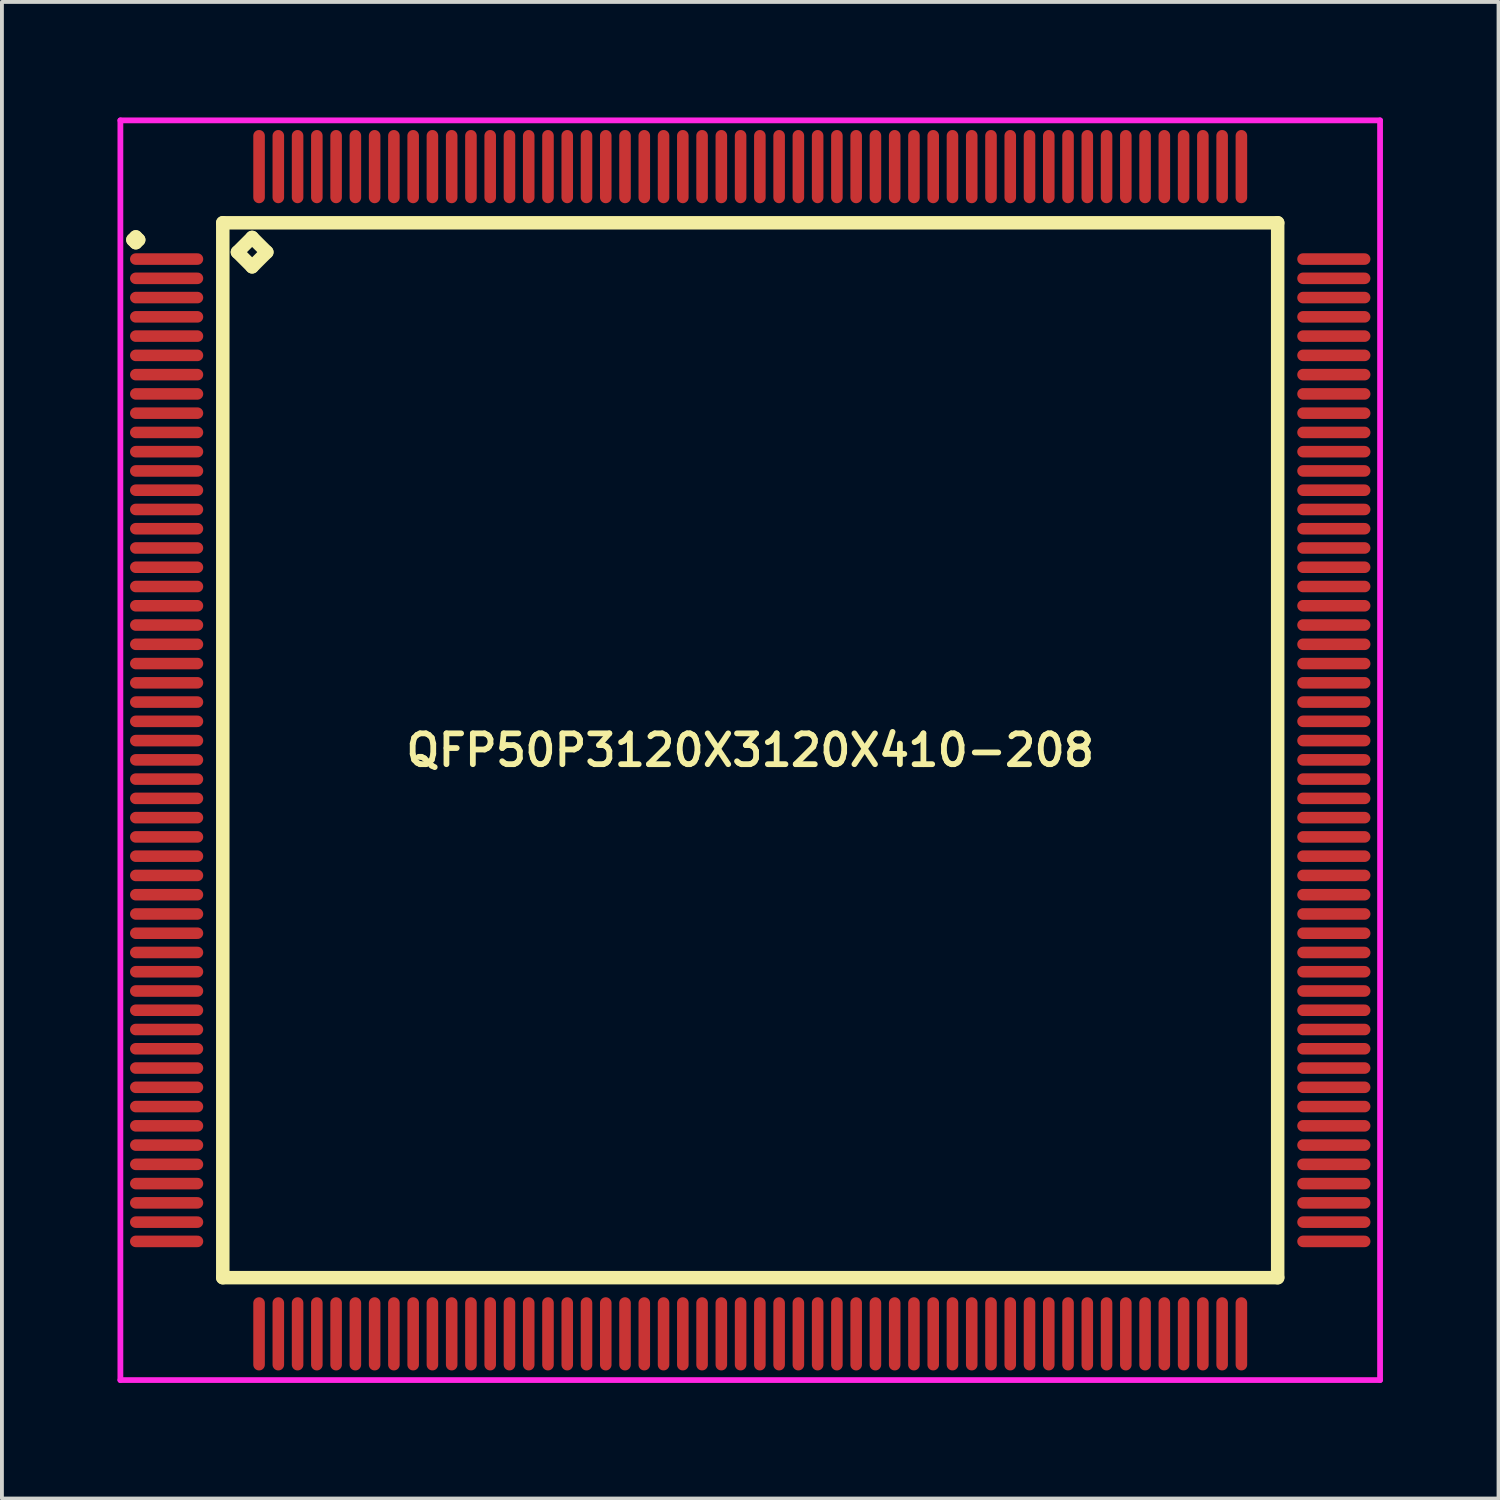
<source format=kicad_pcb>
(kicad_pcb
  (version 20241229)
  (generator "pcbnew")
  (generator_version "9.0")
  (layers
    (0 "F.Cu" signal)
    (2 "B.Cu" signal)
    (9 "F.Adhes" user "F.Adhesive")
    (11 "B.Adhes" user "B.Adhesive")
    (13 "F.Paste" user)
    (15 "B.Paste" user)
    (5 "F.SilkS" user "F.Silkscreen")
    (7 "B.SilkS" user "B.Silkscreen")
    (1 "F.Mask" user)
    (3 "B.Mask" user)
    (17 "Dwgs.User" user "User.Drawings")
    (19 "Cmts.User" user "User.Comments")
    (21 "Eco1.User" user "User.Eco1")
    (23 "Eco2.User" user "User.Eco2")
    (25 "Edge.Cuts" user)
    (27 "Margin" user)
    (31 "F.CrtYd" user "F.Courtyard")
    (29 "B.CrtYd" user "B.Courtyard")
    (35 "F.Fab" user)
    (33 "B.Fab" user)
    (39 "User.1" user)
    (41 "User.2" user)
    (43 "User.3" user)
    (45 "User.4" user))
  (footprint "QFP50P3120X3120X410-208"
    (layer "F.Cu")
    (at 16.425 16.425)
    (property "Reference" "QFP50P3120X3120X410-208" (at 0 0 0) (layer "F.SilkS") (effects (font (size 0.8 0.8) (thickness 0.15))))
    (attr smd)
    (fp_line (start -16.025 -13.25) (end -15.95 -13.325) (stroke (width 0.35) (type solid)) (layer "F.SilkS"))
    (fp_line (start -15.95 -13.325) (end -15.875 -13.25) (stroke (width 0.35) (type solid)) (layer "F.SilkS"))
    (fp_line (start -15.95 -13.175) (end -16.025 -13.25) (stroke (width 0.35) (type solid)) (layer "F.SilkS"))
    (fp_line (start -15.875 -13.25) (end -15.95 -13.175) (stroke (width 0.35) (type solid)) (layer "F.SilkS"))
    (fp_line (start -13.692 -13.692) (end -13.692 13.692) (stroke (width 0.35) (type solid)) (layer "F.SilkS"))
    (fp_line (start -13.692 13.692) (end 13.692 13.692) (stroke (width 0.35) (type solid)) (layer "F.SilkS"))
    (fp_line (start -13.311 -12.93) (end -12.93 -13.311) (stroke (width 0.35) (type solid)) (layer "F.SilkS"))
    (fp_line (start -12.93 -13.311) (end -12.549 -12.93) (stroke (width 0.35) (type solid)) (layer "F.SilkS"))
    (fp_line (start -12.93 -12.549) (end -13.311 -12.93) (stroke (width 0.35) (type solid)) (layer "F.SilkS"))
    (fp_line (start -12.549 -12.93) (end -12.93 -12.549) (stroke (width 0.35) (type solid)) (layer "F.SilkS"))
    (fp_line (start 13.692 -13.692) (end -13.692 -13.692) (stroke (width 0.35) (type solid)) (layer "F.SilkS"))
    (fp_line (start 13.692 13.692) (end 13.692 -13.692) (stroke (width 0.35) (type solid)) (layer "F.SilkS"))
    (fp_line (start -16.35 -16.35) (end 16.35 -16.35) (stroke (width 0.15) (type solid)) (layer "F.CrtYd"))
    (fp_line (start -16.35 16.35) (end -16.35 -16.35) (stroke (width 0.15) (type solid)) (layer "F.CrtYd"))
    (fp_line (start 16.35 -16.35) (end 16.35 16.35) (stroke (width 0.15) (type solid)) (layer "F.CrtYd"))
    (fp_line (start 16.35 16.35) (end -16.35 16.35) (stroke (width 0.15) (type solid)) (layer "F.CrtYd"))
    (pad "1" smd oval (at -15.15 -12.75) (size 1.9 0.3) (layers "F.Cu" "F.Mask" "F.Paste"))
    (pad "2" smd oval (at -15.15 -12.25) (size 1.9 0.3) (layers "F.Cu" "F.Mask" "F.Paste"))
    (pad "3" smd oval (at -15.15 -11.75) (size 1.9 0.3) (layers "F.Cu" "F.Mask" "F.Paste"))
    (pad "4" smd oval (at -15.15 -11.25) (size 1.9 0.3) (layers "F.Cu" "F.Mask" "F.Paste"))
    (pad "5" smd oval (at -15.15 -10.75) (size 1.9 0.3) (layers "F.Cu" "F.Mask" "F.Paste"))
    (pad "6" smd oval (at -15.15 -10.25) (size 1.9 0.3) (layers "F.Cu" "F.Mask" "F.Paste"))
    (pad "7" smd oval (at -15.15 -9.75) (size 1.9 0.3) (layers "F.Cu" "F.Mask" "F.Paste"))
    (pad "8" smd oval (at -15.15 -9.25) (size 1.9 0.3) (layers "F.Cu" "F.Mask" "F.Paste"))
    (pad "9" smd oval (at -15.15 -8.75) (size 1.9 0.3) (layers "F.Cu" "F.Mask" "F.Paste"))
    (pad "10" smd oval (at -15.15 -8.25) (size 1.9 0.3) (layers "F.Cu" "F.Mask" "F.Paste"))
    (pad "11" smd oval (at -15.15 -7.75) (size 1.9 0.3) (layers "F.Cu" "F.Mask" "F.Paste"))
    (pad "12" smd oval (at -15.15 -7.25) (size 1.9 0.3) (layers "F.Cu" "F.Mask" "F.Paste"))
    (pad "13" smd oval (at -15.15 -6.75) (size 1.9 0.3) (layers "F.Cu" "F.Mask" "F.Paste"))
    (pad "14" smd oval (at -15.15 -6.25) (size 1.9 0.3) (layers "F.Cu" "F.Mask" "F.Paste"))
    (pad "15" smd oval (at -15.15 -5.75) (size 1.9 0.3) (layers "F.Cu" "F.Mask" "F.Paste"))
    (pad "16" smd oval (at -15.15 -5.25) (size 1.9 0.3) (layers "F.Cu" "F.Mask" "F.Paste"))
    (pad "17" smd oval (at -15.15 -4.75) (size 1.9 0.3) (layers "F.Cu" "F.Mask" "F.Paste"))
    (pad "18" smd oval (at -15.15 -4.25) (size 1.9 0.3) (layers "F.Cu" "F.Mask" "F.Paste"))
    (pad "19" smd oval (at -15.15 -3.75) (size 1.9 0.3) (layers "F.Cu" "F.Mask" "F.Paste"))
    (pad "20" smd oval (at -15.15 -3.25) (size 1.9 0.3) (layers "F.Cu" "F.Mask" "F.Paste"))
    (pad "21" smd oval (at -15.15 -2.75) (size 1.9 0.3) (layers "F.Cu" "F.Mask" "F.Paste"))
    (pad "22" smd oval (at -15.15 -2.25) (size 1.9 0.3) (layers "F.Cu" "F.Mask" "F.Paste"))
    (pad "23" smd oval (at -15.15 -1.75) (size 1.9 0.3) (layers "F.Cu" "F.Mask" "F.Paste"))
    (pad "24" smd oval (at -15.15 -1.25) (size 1.9 0.3) (layers "F.Cu" "F.Mask" "F.Paste"))
    (pad "25" smd oval (at -15.15 -0.75) (size 1.9 0.3) (layers "F.Cu" "F.Mask" "F.Paste"))
    (pad "26" smd oval (at -15.15 -0.25) (size 1.9 0.3) (layers "F.Cu" "F.Mask" "F.Paste"))
    (pad "27" smd oval (at -15.15 0.25) (size 1.9 0.3) (layers "F.Cu" "F.Mask" "F.Paste"))
    (pad "28" smd oval (at -15.15 0.75) (size 1.9 0.3) (layers "F.Cu" "F.Mask" "F.Paste"))
    (pad "29" smd oval (at -15.15 1.25) (size 1.9 0.3) (layers "F.Cu" "F.Mask" "F.Paste"))
    (pad "30" smd oval (at -15.15 1.75) (size 1.9 0.3) (layers "F.Cu" "F.Mask" "F.Paste"))
    (pad "31" smd oval (at -15.15 2.25) (size 1.9 0.3) (layers "F.Cu" "F.Mask" "F.Paste"))
    (pad "32" smd oval (at -15.15 2.75) (size 1.9 0.3) (layers "F.Cu" "F.Mask" "F.Paste"))
    (pad "33" smd oval (at -15.15 3.25) (size 1.9 0.3) (layers "F.Cu" "F.Mask" "F.Paste"))
    (pad "34" smd oval (at -15.15 3.75) (size 1.9 0.3) (layers "F.Cu" "F.Mask" "F.Paste"))
    (pad "35" smd oval (at -15.15 4.25) (size 1.9 0.3) (layers "F.Cu" "F.Mask" "F.Paste"))
    (pad "36" smd oval (at -15.15 4.75) (size 1.9 0.3) (layers "F.Cu" "F.Mask" "F.Paste"))
    (pad "37" smd oval (at -15.15 5.25) (size 1.9 0.3) (layers "F.Cu" "F.Mask" "F.Paste"))
    (pad "38" smd oval (at -15.15 5.75) (size 1.9 0.3) (layers "F.Cu" "F.Mask" "F.Paste"))
    (pad "39" smd oval (at -15.15 6.25) (size 1.9 0.3) (layers "F.Cu" "F.Mask" "F.Paste"))
    (pad "40" smd oval (at -15.15 6.75) (size 1.9 0.3) (layers "F.Cu" "F.Mask" "F.Paste"))
    (pad "41" smd oval (at -15.15 7.25) (size 1.9 0.3) (layers "F.Cu" "F.Mask" "F.Paste"))
    (pad "42" smd oval (at -15.15 7.75) (size 1.9 0.3) (layers "F.Cu" "F.Mask" "F.Paste"))
    (pad "43" smd oval (at -15.15 8.25) (size 1.9 0.3) (layers "F.Cu" "F.Mask" "F.Paste"))
    (pad "44" smd oval (at -15.15 8.75) (size 1.9 0.3) (layers "F.Cu" "F.Mask" "F.Paste"))
    (pad "45" smd oval (at -15.15 9.25) (size 1.9 0.3) (layers "F.Cu" "F.Mask" "F.Paste"))
    (pad "46" smd oval (at -15.15 9.75) (size 1.9 0.3) (layers "F.Cu" "F.Mask" "F.Paste"))
    (pad "47" smd oval (at -15.15 10.25) (size 1.9 0.3) (layers "F.Cu" "F.Mask" "F.Paste"))
    (pad "48" smd oval (at -15.15 10.75) (size 1.9 0.3) (layers "F.Cu" "F.Mask" "F.Paste"))
    (pad "49" smd oval (at -15.15 11.25) (size 1.9 0.3) (layers "F.Cu" "F.Mask" "F.Paste"))
    (pad "50" smd oval (at -15.15 11.75) (size 1.9 0.3) (layers "F.Cu" "F.Mask" "F.Paste"))
    (pad "51" smd oval (at -15.15 12.25) (size 1.9 0.3) (layers "F.Cu" "F.Mask" "F.Paste"))
    (pad "52" smd oval (at -15.15 12.75) (size 1.9 0.3) (layers "F.Cu" "F.Mask" "F.Paste"))
    (pad "53" smd oval (at -12.75 15.15) (size 0.3 1.9) (layers "F.Cu" "F.Mask" "F.Paste"))
    (pad "54" smd oval (at -12.25 15.15) (size 0.3 1.9) (layers "F.Cu" "F.Mask" "F.Paste"))
    (pad "55" smd oval (at -11.75 15.15) (size 0.3 1.9) (layers "F.Cu" "F.Mask" "F.Paste"))
    (pad "56" smd oval (at -11.25 15.15) (size 0.3 1.9) (layers "F.Cu" "F.Mask" "F.Paste"))
    (pad "57" smd oval (at -10.75 15.15) (size 0.3 1.9) (layers "F.Cu" "F.Mask" "F.Paste"))
    (pad "58" smd oval (at -10.25 15.15) (size 0.3 1.9) (layers "F.Cu" "F.Mask" "F.Paste"))
    (pad "59" smd oval (at -9.75 15.15) (size 0.3 1.9) (layers "F.Cu" "F.Mask" "F.Paste"))
    (pad "60" smd oval (at -9.25 15.15) (size 0.3 1.9) (layers "F.Cu" "F.Mask" "F.Paste"))
    (pad "61" smd oval (at -8.75 15.15) (size 0.3 1.9) (layers "F.Cu" "F.Mask" "F.Paste"))
    (pad "62" smd oval (at -8.25 15.15) (size 0.3 1.9) (layers "F.Cu" "F.Mask" "F.Paste"))
    (pad "63" smd oval (at -7.75 15.15) (size 0.3 1.9) (layers "F.Cu" "F.Mask" "F.Paste"))
    (pad "64" smd oval (at -7.25 15.15) (size 0.3 1.9) (layers "F.Cu" "F.Mask" "F.Paste"))
    (pad "65" smd oval (at -6.75 15.15) (size 0.3 1.9) (layers "F.Cu" "F.Mask" "F.Paste"))
    (pad "66" smd oval (at -6.25 15.15) (size 0.3 1.9) (layers "F.Cu" "F.Mask" "F.Paste"))
    (pad "67" smd oval (at -5.75 15.15) (size 0.3 1.9) (layers "F.Cu" "F.Mask" "F.Paste"))
    (pad "68" smd oval (at -5.25 15.15) (size 0.3 1.9) (layers "F.Cu" "F.Mask" "F.Paste"))
    (pad "69" smd oval (at -4.75 15.15) (size 0.3 1.9) (layers "F.Cu" "F.Mask" "F.Paste"))
    (pad "70" smd oval (at -4.25 15.15) (size 0.3 1.9) (layers "F.Cu" "F.Mask" "F.Paste"))
    (pad "71" smd oval (at -3.75 15.15) (size 0.3 1.9) (layers "F.Cu" "F.Mask" "F.Paste"))
    (pad "72" smd oval (at -3.25 15.15) (size 0.3 1.9) (layers "F.Cu" "F.Mask" "F.Paste"))
    (pad "73" smd oval (at -2.75 15.15) (size 0.3 1.9) (layers "F.Cu" "F.Mask" "F.Paste"))
    (pad "74" smd oval (at -2.25 15.15) (size 0.3 1.9) (layers "F.Cu" "F.Mask" "F.Paste"))
    (pad "75" smd oval (at -1.75 15.15) (size 0.3 1.9) (layers "F.Cu" "F.Mask" "F.Paste"))
    (pad "76" smd oval (at -1.25 15.15) (size 0.3 1.9) (layers "F.Cu" "F.Mask" "F.Paste"))
    (pad "77" smd oval (at -0.75 15.15) (size 0.3 1.9) (layers "F.Cu" "F.Mask" "F.Paste"))
    (pad "78" smd oval (at -0.25 15.15) (size 0.3 1.9) (layers "F.Cu" "F.Mask" "F.Paste"))
    (pad "79" smd oval (at 0.25 15.15) (size 0.3 1.9) (layers "F.Cu" "F.Mask" "F.Paste"))
    (pad "80" smd oval (at 0.75 15.15) (size 0.3 1.9) (layers "F.Cu" "F.Mask" "F.Paste"))
    (pad "81" smd oval (at 1.25 15.15) (size 0.3 1.9) (layers "F.Cu" "F.Mask" "F.Paste"))
    (pad "82" smd oval (at 1.75 15.15) (size 0.3 1.9) (layers "F.Cu" "F.Mask" "F.Paste"))
    (pad "83" smd oval (at 2.25 15.15) (size 0.3 1.9) (layers "F.Cu" "F.Mask" "F.Paste"))
    (pad "84" smd oval (at 2.75 15.15) (size 0.3 1.9) (layers "F.Cu" "F.Mask" "F.Paste"))
    (pad "85" smd oval (at 3.25 15.15) (size 0.3 1.9) (layers "F.Cu" "F.Mask" "F.Paste"))
    (pad "86" smd oval (at 3.75 15.15) (size 0.3 1.9) (layers "F.Cu" "F.Mask" "F.Paste"))
    (pad "87" smd oval (at 4.25 15.15) (size 0.3 1.9) (layers "F.Cu" "F.Mask" "F.Paste"))
    (pad "88" smd oval (at 4.75 15.15) (size 0.3 1.9) (layers "F.Cu" "F.Mask" "F.Paste"))
    (pad "89" smd oval (at 5.25 15.15) (size 0.3 1.9) (layers "F.Cu" "F.Mask" "F.Paste"))
    (pad "90" smd oval (at 5.75 15.15) (size 0.3 1.9) (layers "F.Cu" "F.Mask" "F.Paste"))
    (pad "91" smd oval (at 6.25 15.15) (size 0.3 1.9) (layers "F.Cu" "F.Mask" "F.Paste"))
    (pad "92" smd oval (at 6.75 15.15) (size 0.3 1.9) (layers "F.Cu" "F.Mask" "F.Paste"))
    (pad "93" smd oval (at 7.25 15.15) (size 0.3 1.9) (layers "F.Cu" "F.Mask" "F.Paste"))
    (pad "94" smd oval (at 7.75 15.15) (size 0.3 1.9) (layers "F.Cu" "F.Mask" "F.Paste"))
    (pad "95" smd oval (at 8.25 15.15) (size 0.3 1.9) (layers "F.Cu" "F.Mask" "F.Paste"))
    (pad "96" smd oval (at 8.75 15.15) (size 0.3 1.9) (layers "F.Cu" "F.Mask" "F.Paste"))
    (pad "97" smd oval (at 9.25 15.15) (size 0.3 1.9) (layers "F.Cu" "F.Mask" "F.Paste"))
    (pad "98" smd oval (at 9.75 15.15) (size 0.3 1.9) (layers "F.Cu" "F.Mask" "F.Paste"))
    (pad "99" smd oval (at 10.25 15.15) (size 0.3 1.9) (layers "F.Cu" "F.Mask" "F.Paste"))
    (pad "100" smd oval (at 10.75 15.15) (size 0.3 1.9) (layers "F.Cu" "F.Mask" "F.Paste"))
    (pad "101" smd oval (at 11.25 15.15) (size 0.3 1.9) (layers "F.Cu" "F.Mask" "F.Paste"))
    (pad "102" smd oval (at 11.75 15.15) (size 0.3 1.9) (layers "F.Cu" "F.Mask" "F.Paste"))
    (pad "103" smd oval (at 12.25 15.15) (size 0.3 1.9) (layers "F.Cu" "F.Mask" "F.Paste"))
    (pad "104" smd oval (at 12.75 15.15) (size 0.3 1.9) (layers "F.Cu" "F.Mask" "F.Paste"))
    (pad "105" smd oval (at 15.15 12.75) (size 1.9 0.3) (layers "F.Cu" "F.Mask" "F.Paste"))
    (pad "106" smd oval (at 15.15 12.25) (size 1.9 0.3) (layers "F.Cu" "F.Mask" "F.Paste"))
    (pad "107" smd oval (at 15.15 11.75) (size 1.9 0.3) (layers "F.Cu" "F.Mask" "F.Paste"))
    (pad "108" smd oval (at 15.15 11.25) (size 1.9 0.3) (layers "F.Cu" "F.Mask" "F.Paste"))
    (pad "109" smd oval (at 15.15 10.75) (size 1.9 0.3) (layers "F.Cu" "F.Mask" "F.Paste"))
    (pad "110" smd oval (at 15.15 10.25) (size 1.9 0.3) (layers "F.Cu" "F.Mask" "F.Paste"))
    (pad "111" smd oval (at 15.15 9.75) (size 1.9 0.3) (layers "F.Cu" "F.Mask" "F.Paste"))
    (pad "112" smd oval (at 15.15 9.25) (size 1.9 0.3) (layers "F.Cu" "F.Mask" "F.Paste"))
    (pad "113" smd oval (at 15.15 8.75) (size 1.9 0.3) (layers "F.Cu" "F.Mask" "F.Paste"))
    (pad "114" smd oval (at 15.15 8.25) (size 1.9 0.3) (layers "F.Cu" "F.Mask" "F.Paste"))
    (pad "115" smd oval (at 15.15 7.75) (size 1.9 0.3) (layers "F.Cu" "F.Mask" "F.Paste"))
    (pad "116" smd oval (at 15.15 7.25) (size 1.9 0.3) (layers "F.Cu" "F.Mask" "F.Paste"))
    (pad "117" smd oval (at 15.15 6.75) (size 1.9 0.3) (layers "F.Cu" "F.Mask" "F.Paste"))
    (pad "118" smd oval (at 15.15 6.25) (size 1.9 0.3) (layers "F.Cu" "F.Mask" "F.Paste"))
    (pad "119" smd oval (at 15.15 5.75) (size 1.9 0.3) (layers "F.Cu" "F.Mask" "F.Paste"))
    (pad "120" smd oval (at 15.15 5.25) (size 1.9 0.3) (layers "F.Cu" "F.Mask" "F.Paste"))
    (pad "121" smd oval (at 15.15 4.75) (size 1.9 0.3) (layers "F.Cu" "F.Mask" "F.Paste"))
    (pad "122" smd oval (at 15.15 4.25) (size 1.9 0.3) (layers "F.Cu" "F.Mask" "F.Paste"))
    (pad "123" smd oval (at 15.15 3.75) (size 1.9 0.3) (layers "F.Cu" "F.Mask" "F.Paste"))
    (pad "124" smd oval (at 15.15 3.25) (size 1.9 0.3) (layers "F.Cu" "F.Mask" "F.Paste"))
    (pad "125" smd oval (at 15.15 2.75) (size 1.9 0.3) (layers "F.Cu" "F.Mask" "F.Paste"))
    (pad "126" smd oval (at 15.15 2.25) (size 1.9 0.3) (layers "F.Cu" "F.Mask" "F.Paste"))
    (pad "127" smd oval (at 15.15 1.75) (size 1.9 0.3) (layers "F.Cu" "F.Mask" "F.Paste"))
    (pad "128" smd oval (at 15.15 1.25) (size 1.9 0.3) (layers "F.Cu" "F.Mask" "F.Paste"))
    (pad "129" smd oval (at 15.15 0.75) (size 1.9 0.3) (layers "F.Cu" "F.Mask" "F.Paste"))
    (pad "130" smd oval (at 15.15 0.25) (size 1.9 0.3) (layers "F.Cu" "F.Mask" "F.Paste"))
    (pad "131" smd oval (at 15.15 -0.25) (size 1.9 0.3) (layers "F.Cu" "F.Mask" "F.Paste"))
    (pad "132" smd oval (at 15.15 -0.75) (size 1.9 0.3) (layers "F.Cu" "F.Mask" "F.Paste"))
    (pad "133" smd oval (at 15.15 -1.25) (size 1.9 0.3) (layers "F.Cu" "F.Mask" "F.Paste"))
    (pad "134" smd oval (at 15.15 -1.75) (size 1.9 0.3) (layers "F.Cu" "F.Mask" "F.Paste"))
    (pad "135" smd oval (at 15.15 -2.25) (size 1.9 0.3) (layers "F.Cu" "F.Mask" "F.Paste"))
    (pad "136" smd oval (at 15.15 -2.75) (size 1.9 0.3) (layers "F.Cu" "F.Mask" "F.Paste"))
    (pad "137" smd oval (at 15.15 -3.25) (size 1.9 0.3) (layers "F.Cu" "F.Mask" "F.Paste"))
    (pad "138" smd oval (at 15.15 -3.75) (size 1.9 0.3) (layers "F.Cu" "F.Mask" "F.Paste"))
    (pad "139" smd oval (at 15.15 -4.25) (size 1.9 0.3) (layers "F.Cu" "F.Mask" "F.Paste"))
    (pad "140" smd oval (at 15.15 -4.75) (size 1.9 0.3) (layers "F.Cu" "F.Mask" "F.Paste"))
    (pad "141" smd oval (at 15.15 -5.25) (size 1.9 0.3) (layers "F.Cu" "F.Mask" "F.Paste"))
    (pad "142" smd oval (at 15.15 -5.75) (size 1.9 0.3) (layers "F.Cu" "F.Mask" "F.Paste"))
    (pad "143" smd oval (at 15.15 -6.25) (size 1.9 0.3) (layers "F.Cu" "F.Mask" "F.Paste"))
    (pad "144" smd oval (at 15.15 -6.75) (size 1.9 0.3) (layers "F.Cu" "F.Mask" "F.Paste"))
    (pad "145" smd oval (at 15.15 -7.25) (size 1.9 0.3) (layers "F.Cu" "F.Mask" "F.Paste"))
    (pad "146" smd oval (at 15.15 -7.75) (size 1.9 0.3) (layers "F.Cu" "F.Mask" "F.Paste"))
    (pad "147" smd oval (at 15.15 -8.25) (size 1.9 0.3) (layers "F.Cu" "F.Mask" "F.Paste"))
    (pad "148" smd oval (at 15.15 -8.75) (size 1.9 0.3) (layers "F.Cu" "F.Mask" "F.Paste"))
    (pad "149" smd oval (at 15.15 -9.25) (size 1.9 0.3) (layers "F.Cu" "F.Mask" "F.Paste"))
    (pad "150" smd oval (at 15.15 -9.75) (size 1.9 0.3) (layers "F.Cu" "F.Mask" "F.Paste"))
    (pad "151" smd oval (at 15.15 -10.25) (size 1.9 0.3) (layers "F.Cu" "F.Mask" "F.Paste"))
    (pad "152" smd oval (at 15.15 -10.75) (size 1.9 0.3) (layers "F.Cu" "F.Mask" "F.Paste"))
    (pad "153" smd oval (at 15.15 -11.25) (size 1.9 0.3) (layers "F.Cu" "F.Mask" "F.Paste"))
    (pad "154" smd oval (at 15.15 -11.75) (size 1.9 0.3) (layers "F.Cu" "F.Mask" "F.Paste"))
    (pad "155" smd oval (at 15.15 -12.25) (size 1.9 0.3) (layers "F.Cu" "F.Mask" "F.Paste"))
    (pad "156" smd oval (at 15.15 -12.75) (size 1.9 0.3) (layers "F.Cu" "F.Mask" "F.Paste"))
    (pad "157" smd oval (at 12.75 -15.15) (size 0.3 1.9) (layers "F.Cu" "F.Mask" "F.Paste"))
    (pad "158" smd oval (at 12.25 -15.15) (size 0.3 1.9) (layers "F.Cu" "F.Mask" "F.Paste"))
    (pad "159" smd oval (at 11.75 -15.15) (size 0.3 1.9) (layers "F.Cu" "F.Mask" "F.Paste"))
    (pad "160" smd oval (at 11.25 -15.15) (size 0.3 1.9) (layers "F.Cu" "F.Mask" "F.Paste"))
    (pad "161" smd oval (at 10.75 -15.15) (size 0.3 1.9) (layers "F.Cu" "F.Mask" "F.Paste"))
    (pad "162" smd oval (at 10.25 -15.15) (size 0.3 1.9) (layers "F.Cu" "F.Mask" "F.Paste"))
    (pad "163" smd oval (at 9.75 -15.15) (size 0.3 1.9) (layers "F.Cu" "F.Mask" "F.Paste"))
    (pad "164" smd oval (at 9.25 -15.15) (size 0.3 1.9) (layers "F.Cu" "F.Mask" "F.Paste"))
    (pad "165" smd oval (at 8.75 -15.15) (size 0.3 1.9) (layers "F.Cu" "F.Mask" "F.Paste"))
    (pad "166" smd oval (at 8.25 -15.15) (size 0.3 1.9) (layers "F.Cu" "F.Mask" "F.Paste"))
    (pad "167" smd oval (at 7.75 -15.15) (size 0.3 1.9) (layers "F.Cu" "F.Mask" "F.Paste"))
    (pad "168" smd oval (at 7.25 -15.15) (size 0.3 1.9) (layers "F.Cu" "F.Mask" "F.Paste"))
    (pad "169" smd oval (at 6.75 -15.15) (size 0.3 1.9) (layers "F.Cu" "F.Mask" "F.Paste"))
    (pad "170" smd oval (at 6.25 -15.15) (size 0.3 1.9) (layers "F.Cu" "F.Mask" "F.Paste"))
    (pad "171" smd oval (at 5.75 -15.15) (size 0.3 1.9) (layers "F.Cu" "F.Mask" "F.Paste"))
    (pad "172" smd oval (at 5.25 -15.15) (size 0.3 1.9) (layers "F.Cu" "F.Mask" "F.Paste"))
    (pad "173" smd oval (at 4.75 -15.15) (size 0.3 1.9) (layers "F.Cu" "F.Mask" "F.Paste"))
    (pad "174" smd oval (at 4.25 -15.15) (size 0.3 1.9) (layers "F.Cu" "F.Mask" "F.Paste"))
    (pad "175" smd oval (at 3.75 -15.15) (size 0.3 1.9) (layers "F.Cu" "F.Mask" "F.Paste"))
    (pad "176" smd oval (at 3.25 -15.15) (size 0.3 1.9) (layers "F.Cu" "F.Mask" "F.Paste"))
    (pad "177" smd oval (at 2.75 -15.15) (size 0.3 1.9) (layers "F.Cu" "F.Mask" "F.Paste"))
    (pad "178" smd oval (at 2.25 -15.15) (size 0.3 1.9) (layers "F.Cu" "F.Mask" "F.Paste"))
    (pad "179" smd oval (at 1.75 -15.15) (size 0.3 1.9) (layers "F.Cu" "F.Mask" "F.Paste"))
    (pad "180" smd oval (at 1.25 -15.15) (size 0.3 1.9) (layers "F.Cu" "F.Mask" "F.Paste"))
    (pad "181" smd oval (at 0.75 -15.15) (size 0.3 1.9) (layers "F.Cu" "F.Mask" "F.Paste"))
    (pad "182" smd oval (at 0.25 -15.15) (size 0.3 1.9) (layers "F.Cu" "F.Mask" "F.Paste"))
    (pad "183" smd oval (at -0.25 -15.15) (size 0.3 1.9) (layers "F.Cu" "F.Mask" "F.Paste"))
    (pad "184" smd oval (at -0.75 -15.15) (size 0.3 1.9) (layers "F.Cu" "F.Mask" "F.Paste"))
    (pad "185" smd oval (at -1.25 -15.15) (size 0.3 1.9) (layers "F.Cu" "F.Mask" "F.Paste"))
    (pad "186" smd oval (at -1.75 -15.15) (size 0.3 1.9) (layers "F.Cu" "F.Mask" "F.Paste"))
    (pad "187" smd oval (at -2.25 -15.15) (size 0.3 1.9) (layers "F.Cu" "F.Mask" "F.Paste"))
    (pad "188" smd oval (at -2.75 -15.15) (size 0.3 1.9) (layers "F.Cu" "F.Mask" "F.Paste"))
    (pad "189" smd oval (at -3.25 -15.15) (size 0.3 1.9) (layers "F.Cu" "F.Mask" "F.Paste"))
    (pad "190" smd oval (at -3.75 -15.15) (size 0.3 1.9) (layers "F.Cu" "F.Mask" "F.Paste"))
    (pad "191" smd oval (at -4.25 -15.15) (size 0.3 1.9) (layers "F.Cu" "F.Mask" "F.Paste"))
    (pad "192" smd oval (at -4.75 -15.15) (size 0.3 1.9) (layers "F.Cu" "F.Mask" "F.Paste"))
    (pad "193" smd oval (at -5.25 -15.15) (size 0.3 1.9) (layers "F.Cu" "F.Mask" "F.Paste"))
    (pad "194" smd oval (at -5.75 -15.15) (size 0.3 1.9) (layers "F.Cu" "F.Mask" "F.Paste"))
    (pad "195" smd oval (at -6.25 -15.15) (size 0.3 1.9) (layers "F.Cu" "F.Mask" "F.Paste"))
    (pad "196" smd oval (at -6.75 -15.15) (size 0.3 1.9) (layers "F.Cu" "F.Mask" "F.Paste"))
    (pad "197" smd oval (at -7.25 -15.15) (size 0.3 1.9) (layers "F.Cu" "F.Mask" "F.Paste"))
    (pad "198" smd oval (at -7.75 -15.15) (size 0.3 1.9) (layers "F.Cu" "F.Mask" "F.Paste"))
    (pad "199" smd oval (at -8.25 -15.15) (size 0.3 1.9) (layers "F.Cu" "F.Mask" "F.Paste"))
    (pad "200" smd oval (at -8.75 -15.15) (size 0.3 1.9) (layers "F.Cu" "F.Mask" "F.Paste"))
    (pad "201" smd oval (at -9.25 -15.15) (size 0.3 1.9) (layers "F.Cu" "F.Mask" "F.Paste"))
    (pad "202" smd oval (at -9.75 -15.15) (size 0.3 1.9) (layers "F.Cu" "F.Mask" "F.Paste"))
    (pad "203" smd oval (at -10.25 -15.15) (size 0.3 1.9) (layers "F.Cu" "F.Mask" "F.Paste"))
    (pad "204" smd oval (at -10.75 -15.15) (size 0.3 1.9) (layers "F.Cu" "F.Mask" "F.Paste"))
    (pad "205" smd oval (at -11.25 -15.15) (size 0.3 1.9) (layers "F.Cu" "F.Mask" "F.Paste"))
    (pad "206" smd oval (at -11.75 -15.15) (size 0.3 1.9) (layers "F.Cu" "F.Mask" "F.Paste"))
    (pad "207" smd oval (at -12.25 -15.15) (size 0.3 1.9) (layers "F.Cu" "F.Mask" "F.Paste"))
    (pad "208" smd oval (at -12.75 -15.15) (size 0.3 1.9) (layers "F.Cu" "F.Mask" "F.Paste")))
  (gr_rect
    (start -3 -3)
    (end 35.85 35.85)
    (stroke (width 0.1) (type default))
    (fill no)
    (layer "Edge.Cuts")))
</source>
